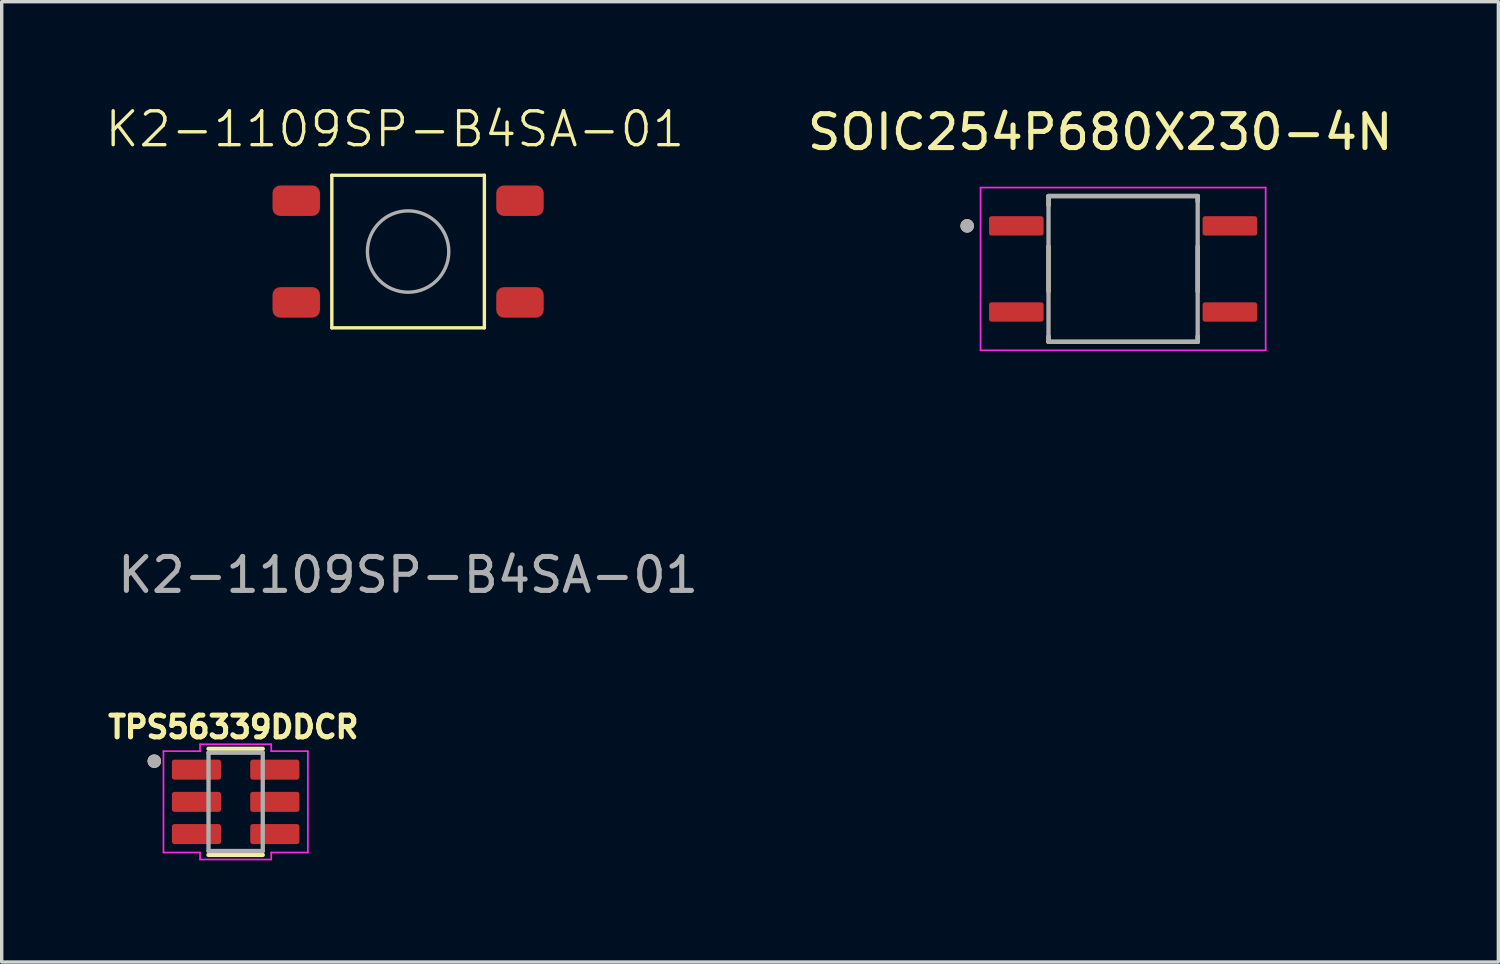
<source format=kicad_pcb>
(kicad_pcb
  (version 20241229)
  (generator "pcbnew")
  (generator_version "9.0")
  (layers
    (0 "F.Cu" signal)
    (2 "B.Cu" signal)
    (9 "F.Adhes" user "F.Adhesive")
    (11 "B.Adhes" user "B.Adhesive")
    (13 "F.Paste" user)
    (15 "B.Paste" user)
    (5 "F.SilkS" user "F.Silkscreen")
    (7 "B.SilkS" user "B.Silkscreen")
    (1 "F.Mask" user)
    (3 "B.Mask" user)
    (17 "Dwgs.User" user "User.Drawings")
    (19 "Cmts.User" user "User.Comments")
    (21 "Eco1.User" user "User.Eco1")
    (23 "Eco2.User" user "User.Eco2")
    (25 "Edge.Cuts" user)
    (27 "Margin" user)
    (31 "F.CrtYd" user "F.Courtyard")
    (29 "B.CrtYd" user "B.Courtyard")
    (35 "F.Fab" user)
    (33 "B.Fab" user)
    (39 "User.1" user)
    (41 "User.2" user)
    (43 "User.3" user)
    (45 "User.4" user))
  (footprint "SOIC254P680X230-4N"
    (layer "F.Cu")
    (at 30.079 4.883)
    (property "Reference" "SOIC254P680X230-4N" (at -0.675 -4.035 0) (layer "F.SilkS") (effects (font (size 1 1) (thickness 0.15))))
    (attr smd)
    (fp_line (start -2.2 -2.15) (end 2.2 -2.15) (stroke (width 0.127) (type solid)) (layer "F.SilkS"))
    (fp_line (start -2.2 -1.875) (end -2.2 -2.15) (stroke (width 0.127) (type solid)) (layer "F.SilkS"))
    (fp_line (start -2.2 -0.665) (end -2.2 0.665) (stroke (width 0.127) (type solid)) (layer "F.SilkS"))
    (fp_line (start -2.2 2.15) (end -2.2 1.99) (stroke (width 0.127) (type solid)) (layer "F.SilkS"))
    (fp_line (start 2.2 -2.15) (end 2.2 -1.99) (stroke (width 0.127) (type solid)) (layer "F.SilkS"))
    (fp_line (start 2.2 -0.665) (end 2.2 0.665) (stroke (width 0.127) (type solid)) (layer "F.SilkS"))
    (fp_line (start 2.2 2.15) (end -2.2 2.15) (stroke (width 0.127) (type solid)) (layer "F.SilkS"))
    (fp_line (start 2.2 2.15) (end 2.2 1.99) (stroke (width 0.127) (type solid)) (layer "F.SilkS"))
    (fp_circle (center -4.6 -1.27) (end -4.5 -1.27) (stroke (width 0.2) (type solid)) (fill no) (layer "F.SilkS"))
    (fp_line (start -4.205 -2.4) (end -4.205 2.4) (stroke (width 0.05) (type solid)) (layer "F.CrtYd"))
    (fp_line (start -4.205 2.4) (end 4.205 2.4) (stroke (width 0.05) (type solid)) (layer "F.CrtYd"))
    (fp_line (start 4.205 -2.4) (end -4.205 -2.4) (stroke (width 0.05) (type solid)) (layer "F.CrtYd"))
    (fp_line (start 4.205 2.4) (end 4.205 -2.4) (stroke (width 0.05) (type solid)) (layer "F.CrtYd"))
    (fp_line (start -2.2 -2.15) (end 2.2 -2.15) (stroke (width 0.127) (type solid)) (layer "F.Fab"))
    (fp_line (start -2.2 2.15) (end -2.2 -2.15) (stroke (width 0.127) (type solid)) (layer "F.Fab"))
    (fp_line (start 2.2 -2.15) (end 2.2 2.15) (stroke (width 0.127) (type solid)) (layer "F.Fab"))
    (fp_line (start 2.2 2.15) (end -2.2 2.15) (stroke (width 0.127) (type solid)) (layer "F.Fab"))
    (fp_circle (center -4.6 -1.27) (end -4.5 -1.27) (stroke (width 0.2) (type solid)) (fill no) (layer "F.Fab"))
    (pad "1" smd roundrect (at -3.15 -1.27) (size 1.61 0.57) (layers "F.Cu" "F.Mask" "F.Paste") (roundrect_rratio 0.125))
    (pad "2" smd roundrect (at -3.15 1.27) (size 1.61 0.57) (layers "F.Cu" "F.Mask" "F.Paste") (roundrect_rratio 0.125))
    (pad "3" smd roundrect (at 3.15 1.27) (size 1.61 0.57) (layers "F.Cu" "F.Mask" "F.Paste") (roundrect_rratio 0.125))
    (pad "4" smd roundrect (at 3.15 -1.27) (size 1.61 0.57) (layers "F.Cu" "F.Mask" "F.Paste") (roundrect_rratio 0.125)))
  (footprint "TPS56339DDCR"
    (layer "F.Cu")
    (at 3.901 20.603)
    (property "Reference" "TPS56339DDCR" (at -0.068 -2.206 0) (layer "F.SilkS") (effects (font (size 0.64 0.64) (thickness 0.15))))
    (attr smd)
    (fp_line (start -0.8 -1.565) (end 0.8 -1.565) (stroke (width 0.127) (type solid)) (layer "F.SilkS"))
    (fp_line (start -0.8 1.565) (end 0.8 1.565) (stroke (width 0.127) (type solid)) (layer "F.SilkS"))
    (fp_circle (center -2.4 -1.2) (end -2.3 -1.2) (stroke (width 0.2) (type solid)) (fill no) (layer "F.SilkS"))
    (fp_line (start -2.13 -1.495) (end -2.13 1.495) (stroke (width 0.05) (type solid)) (layer "F.CrtYd"))
    (fp_line (start -2.13 1.495) (end -1.05 1.495) (stroke (width 0.05) (type solid)) (layer "F.CrtYd"))
    (fp_line (start -1.05 -1.7) (end -1.05 -1.495) (stroke (width 0.05) (type solid)) (layer "F.CrtYd"))
    (fp_line (start -1.05 -1.495) (end -2.13 -1.495) (stroke (width 0.05) (type solid)) (layer "F.CrtYd"))
    (fp_line (start -1.05 1.495) (end -1.05 1.7) (stroke (width 0.05) (type solid)) (layer "F.CrtYd"))
    (fp_line (start -1.05 1.7) (end 1.05 1.7) (stroke (width 0.05) (type solid)) (layer "F.CrtYd"))
    (fp_line (start 1.05 -1.7) (end -1.05 -1.7) (stroke (width 0.05) (type solid)) (layer "F.CrtYd"))
    (fp_line (start 1.05 -1.495) (end 1.05 -1.7) (stroke (width 0.05) (type solid)) (layer "F.CrtYd"))
    (fp_line (start 1.05 1.495) (end 2.13 1.495) (stroke (width 0.05) (type solid)) (layer "F.CrtYd"))
    (fp_line (start 1.05 1.7) (end 1.05 1.495) (stroke (width 0.05) (type solid)) (layer "F.CrtYd"))
    (fp_line (start 2.13 -1.495) (end 1.05 -1.495) (stroke (width 0.05) (type solid)) (layer "F.CrtYd"))
    (fp_line (start 2.13 1.495) (end 2.13 -1.495) (stroke (width 0.05) (type solid)) (layer "F.CrtYd"))
    (fp_line (start -0.8 -1.45) (end -0.8 1.45) (stroke (width 0.127) (type solid)) (layer "F.Fab"))
    (fp_line (start -0.8 1.45) (end 0.8 1.45) (stroke (width 0.127) (type solid)) (layer "F.Fab"))
    (fp_line (start 0.8 -1.45) (end -0.8 -1.45) (stroke (width 0.127) (type solid)) (layer "F.Fab"))
    (fp_line (start 0.8 1.45) (end 0.8 -1.45) (stroke (width 0.127) (type solid)) (layer "F.Fab"))
    (fp_circle (center -2.4 -1.2) (end -2.3 -1.2) (stroke (width 0.2) (type solid)) (fill no) (layer "F.Fab"))
    (pad "1" smd roundrect (at -1.155 -0.95) (size 1.45 0.59) (layers "F.Cu" "F.Mask" "F.Paste") (roundrect_rratio 0.125))
    (pad "2" smd roundrect (at -1.155 0) (size 1.45 0.59) (layers "F.Cu" "F.Mask" "F.Paste") (roundrect_rratio 0.125))
    (pad "3" smd roundrect (at -1.155 0.95) (size 1.45 0.59) (layers "F.Cu" "F.Mask" "F.Paste") (roundrect_rratio 0.125))
    (pad "4" smd roundrect (at 1.155 0.95) (size 1.45 0.59) (layers "F.Cu" "F.Mask" "F.Paste") (roundrect_rratio 0.125))
    (pad "5" smd roundrect (at 1.155 0) (size 1.45 0.59) (layers "F.Cu" "F.Mask" "F.Paste") (roundrect_rratio 0.125))
    (pad "6" smd roundrect (at 1.155 -0.95) (size 1.45 0.59) (layers "F.Cu" "F.Mask" "F.Paste") (roundrect_rratio 0.125)))
  (footprint "K2-1109SP-B4SA-01"
    (layer "F.Cu")
    (at 8.988 4.37)
    (property "Reference" "K2-1109SP-B4SA-01" (at -0.39 -3.61 0) (unlocked yes) (layer "F.SilkS") (effects (font (size 1 1) (thickness 0.1))))
    (attr smd)
    (fp_line (start -2.25 -2.25) (end -2.25 2.25) (stroke (width 0.1) (type default)) (layer "F.SilkS"))
    (fp_line (start -2.25 -2.25) (end 2.25 -2.25) (stroke (width 0.1) (type default)) (layer "F.SilkS"))
    (fp_line (start -2.25 2.25) (end 2.25 2.25) (stroke (width 0.1) (type default)) (layer "F.SilkS"))
    (fp_line (start 2.25 -2.25) (end 2.25 2.25) (stroke (width 0.1) (type default)) (layer "F.SilkS"))
    (fp_circle (center 0 0) (end 1.2 0) (stroke (width 0.1) (type default)) (fill no) (layer "F.Fab"))
    (fp_text user "${REFERENCE}" (at 0 9.54 0) (unlocked yes) (layer "F.Fab") (effects (font (size 1 1) (thickness 0.15))))
    (pad "1" smd roundrect (at -3.3 -1.5) (size 1.4 0.9) (layers "F.Cu" "F.Mask" "F.Paste") (roundrect_rratio 0.25))
    (pad "1" smd roundrect (at 3.3 -1.5) (size 1.4 0.9) (layers "F.Cu" "F.Mask" "F.Paste") (roundrect_rratio 0.25))
    (pad "2" smd roundrect (at -3.3 1.5) (size 1.4 0.9) (layers "F.Cu" "F.Mask" "F.Paste") (roundrect_rratio 0.25))
    (pad "2" smd roundrect (at 3.3 1.5) (size 1.4 0.9) (layers "F.Cu" "F.Mask" "F.Paste") (roundrect_rratio 0.25)))
  (gr_rect
    (start -3 -3)
    (end 41.148 25.328)
    (stroke (width 0.1) (type default))
    (fill no)
    (layer "Edge.Cuts")))
</source>
